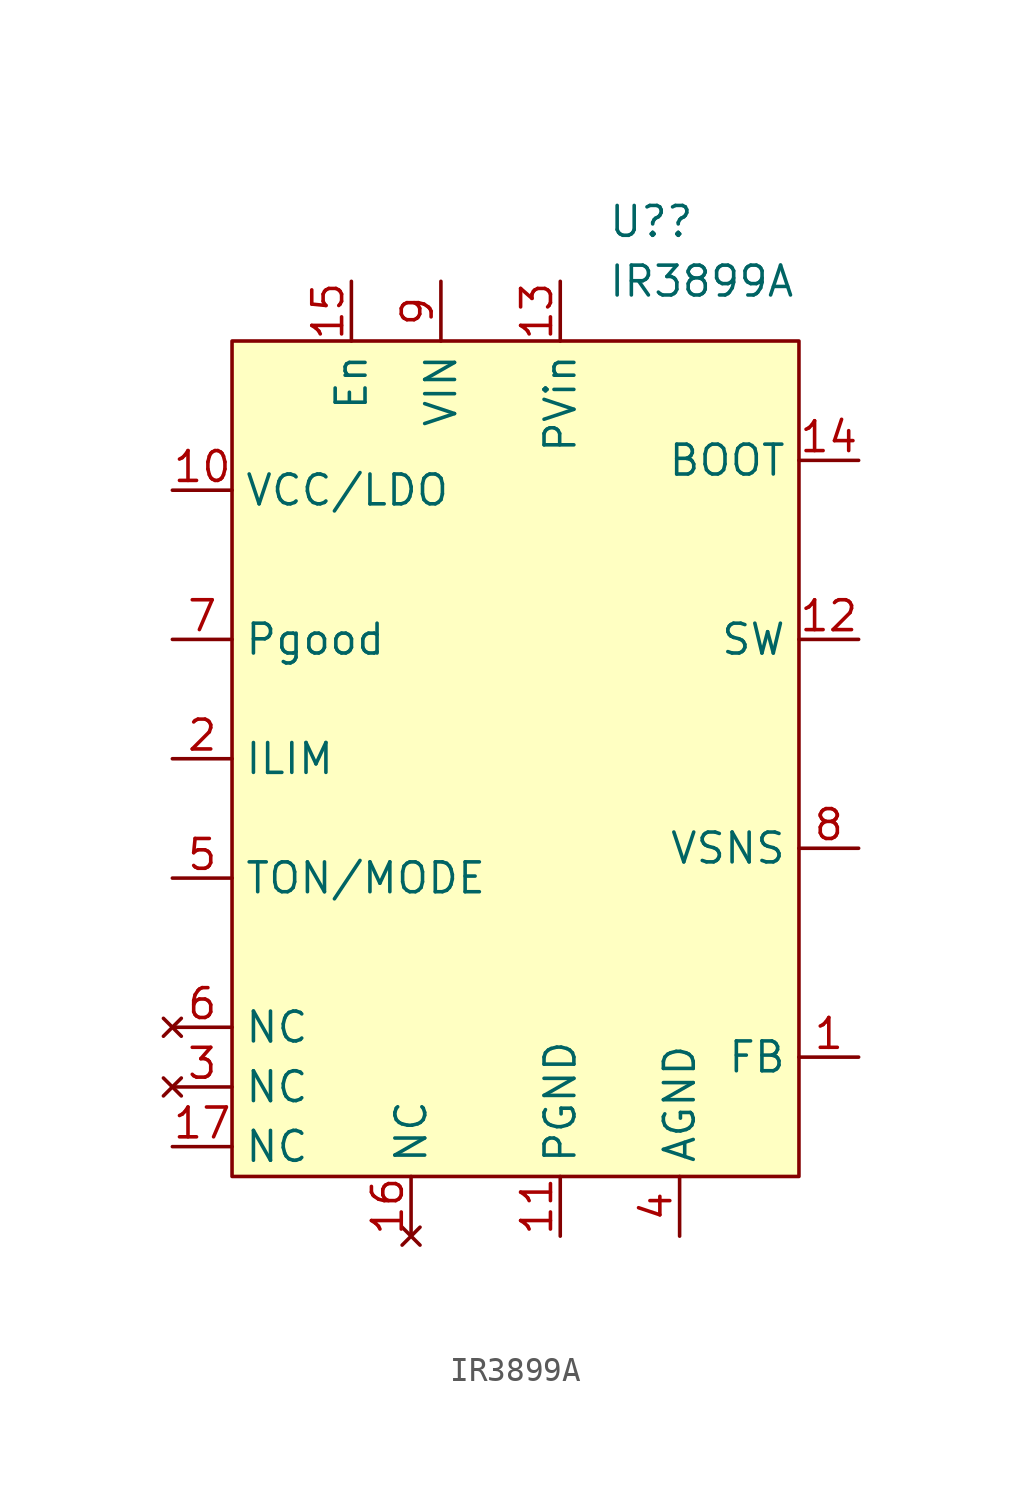
<source format=kicad_sym>
(kicad_symbol_lib
  (version 20220914)
  (generator kicad_symbol_editor)
  (symbol "IR3899A"
    (property "Reference" "U?"
      (at 7.099 7.62 0)
      (effects (font (size 1.27 1.27)) (justify left)))
    (property "Value" "IR3899A"
      (at 7.099 5.08 0)
      (effects (font (size 1.27 1.27)) (justify left)))
    (symbol "IR3899A_0_1"
      (rectangle (start -8.89 2.54) (end 15.24 -33.02) (stroke (width 0) (type default)) (fill (type background))))
    (symbol "IR3899A_1_1"
      (pin input line (at 17.78 -27.94 180) (length 2.54) (name "FB" (effects (font (size 1.27 1.27)))) (number "1" (effects (font (size 1.27 1.27)))))
      (pin power_in line (at -11.43 -3.81 0) (length 2.54) (name "VCC/LDO" (effects (font (size 1.27 1.27)))) (number "10" (effects (font (size 1.27 1.27)))))
      (pin unspecified line (at 5.08 -35.56 90) (length 2.54) (name "PGND" (effects (font (size 1.27 1.27)))) (number "11" (effects (font (size 1.27 1.27)))))
      (pin output line (at 17.78 -10.16 180) (length 2.54) (name "SW" (effects (font (size 1.27 1.27)))) (number "12" (effects (font (size 1.27 1.27)))))
      (pin input line (at 5.08 5.08 270) (length 2.54) (name "PVin" (effects (font (size 1.27 1.27)))) (number "13" (effects (font (size 1.27 1.27)))))
      (pin input line (at 17.78 -2.54 180) (length 2.54) (name "BOOT" (effects (font (size 1.27 1.27)))) (number "14" (effects (font (size 1.27 1.27)))))
      (pin input line (at -3.81 5.08 270) (length 2.54) (name "En" (effects (font (size 1.27 1.27)))) (number "15" (effects (font (size 1.27 1.27)))))
      (pin no_connect line (at -1.27 -35.56 90) (length 2.54) (name "NC" (effects (font (size 1.27 1.27)))) (number "16" (effects (font (size 1.27 1.27)))))
      (pin unspecified line (at -11.43 -31.75 0) (length 2.54) (name "NC" (effects (font (size 1.27 1.27)))) (number "17" (effects (font (size 1.27 1.27)))))
      (pin input line (at -11.43 -15.24 0) (length 2.54) (name "ILIM" (effects (font (size 1.27 1.27)))) (number "2" (effects (font (size 1.27 1.27)))))
      (pin no_connect line (at -11.43 -29.21 0) (length 2.54) (name "NC" (effects (font (size 1.27 1.27)))) (number "3" (effects (font (size 1.27 1.27)))))
      (pin unspecified line (at 10.16 -35.56 90) (length 2.54) (name "AGND" (effects (font (size 1.27 1.27)))) (number "4" (effects (font (size 1.27 1.27)))))
      (pin input line (at -11.43 -20.32 0) (length 2.54) (name "TON/MODE" (effects (font (size 1.27 1.27)))) (number "5" (effects (font (size 1.27 1.27)))))
      (pin no_connect line (at -11.43 -26.67 0) (length 2.54) (name "NC" (effects (font (size 1.27 1.27)))) (number "6" (effects (font (size 1.27 1.27)))))
      (pin output line (at -11.43 -10.16 0) (length 2.54) (name "Pgood" (effects (font (size 1.27 1.27)))) (number "7" (effects (font (size 1.27 1.27)))))
      (pin input line (at 17.78 -19.05 180) (length 2.54) (name "VSNS" (effects (font (size 1.27 1.27)))) (number "8" (effects (font (size 1.27 1.27)))))
      (pin power_in line (at 0 5.08 270) (length 2.54) (name "VIN" (effects (font (size 1.27 1.27)))) (number "9" (effects (font (size 1.27 1.27))))))))
</source>
